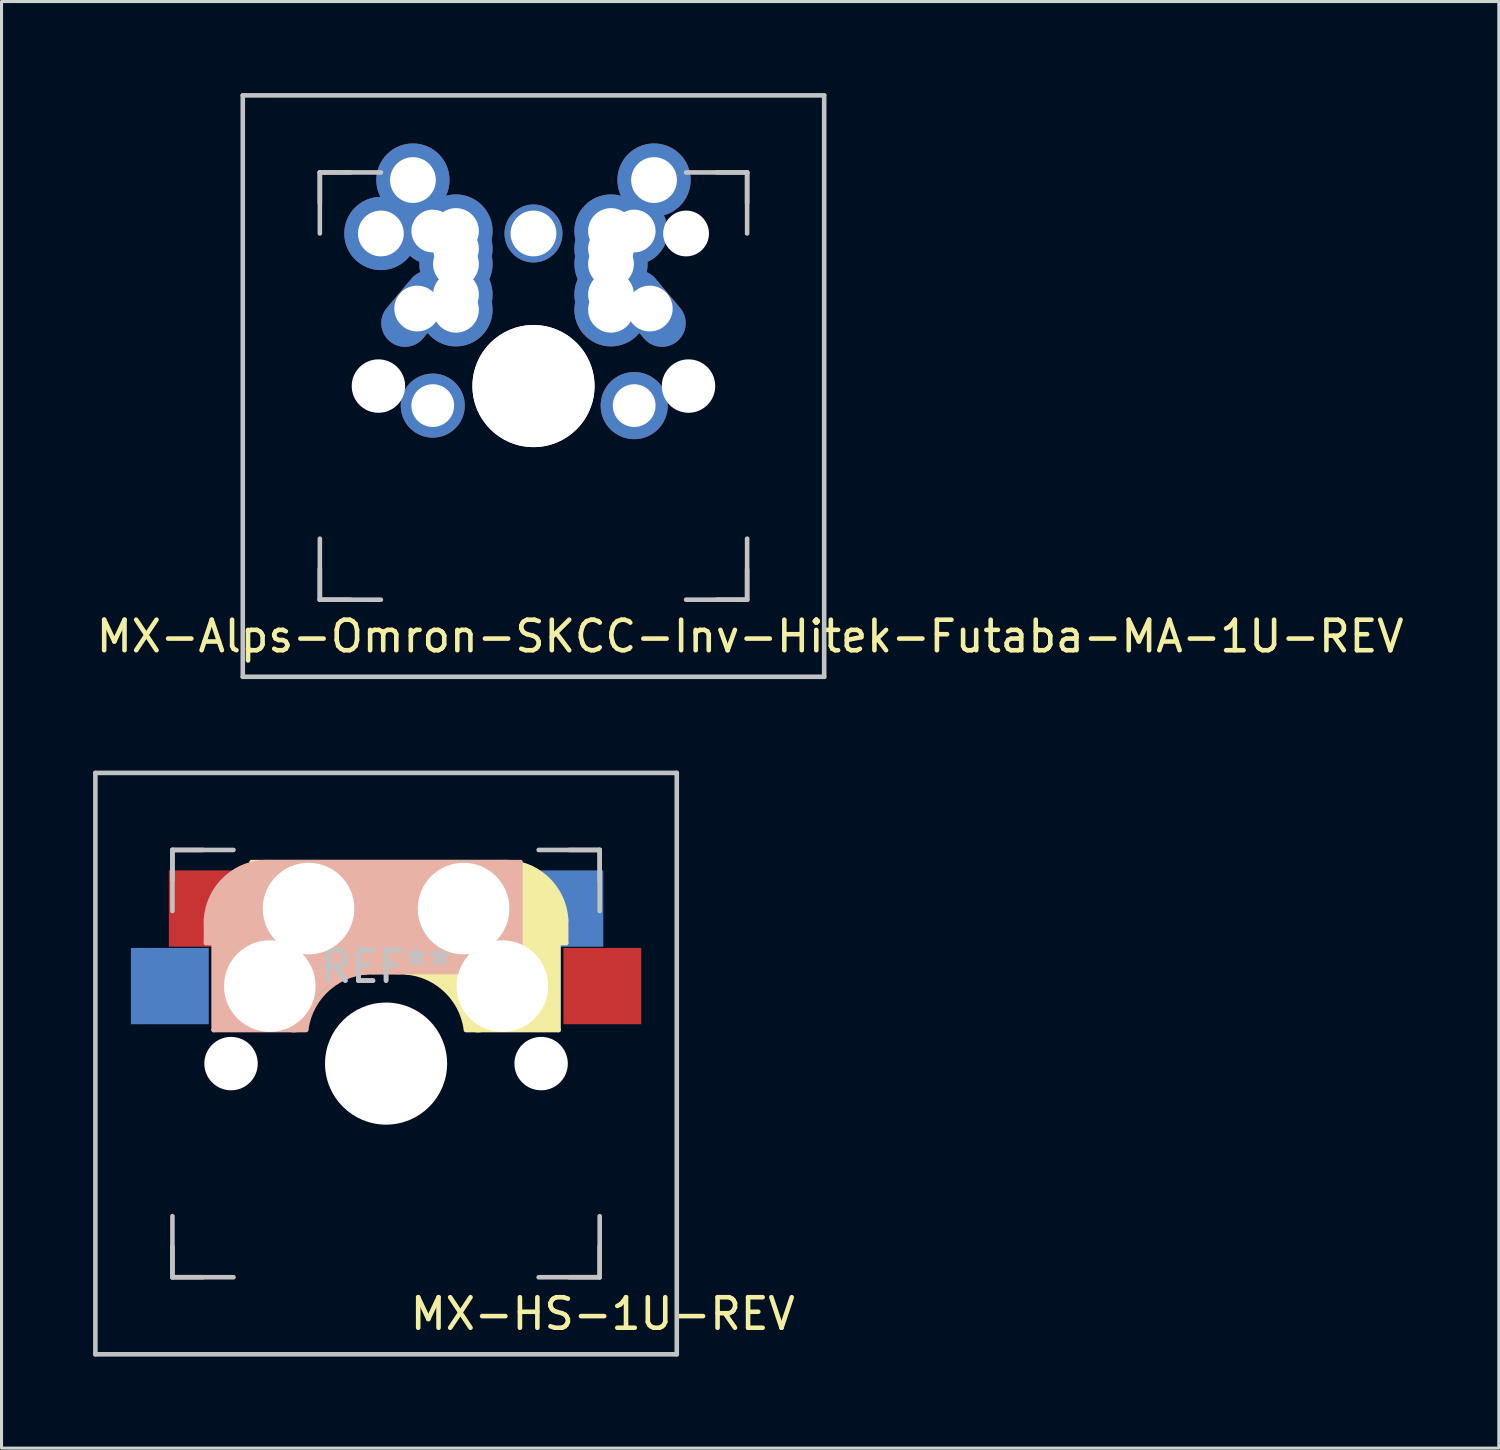
<source format=kicad_pcb>
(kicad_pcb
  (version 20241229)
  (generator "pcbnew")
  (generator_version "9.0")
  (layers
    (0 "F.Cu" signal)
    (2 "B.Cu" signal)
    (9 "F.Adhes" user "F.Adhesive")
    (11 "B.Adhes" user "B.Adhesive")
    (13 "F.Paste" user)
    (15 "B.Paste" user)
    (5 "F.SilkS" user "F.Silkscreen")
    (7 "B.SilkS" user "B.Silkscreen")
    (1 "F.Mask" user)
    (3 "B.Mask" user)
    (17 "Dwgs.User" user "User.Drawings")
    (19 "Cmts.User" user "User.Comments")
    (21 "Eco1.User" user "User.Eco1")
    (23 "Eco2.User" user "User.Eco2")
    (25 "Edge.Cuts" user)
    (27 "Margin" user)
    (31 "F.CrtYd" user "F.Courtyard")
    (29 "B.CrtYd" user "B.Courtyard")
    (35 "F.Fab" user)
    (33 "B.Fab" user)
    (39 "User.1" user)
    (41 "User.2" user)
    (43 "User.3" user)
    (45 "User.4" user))
  (footprint "MX-Alps-Omron-SKCC-Inv-Hitek-Futaba-MA-1U-REV"
    (layer "F.Cu")
    (at 14.43 9.6)
    (property "Reference" "MX-Alps-Omron-SKCC-Inv-Hitek-Futaba-MA-1U-REV" (at 7.1 8.2 0) (layer "F.SilkS") (effects (font (size 1 1) (thickness 0.15))))
    (attr through_hole)
    (fp_line (start -9.525 -9.525) (end 9.525 -9.525) (stroke (width 0.15) (type solid)) (layer "Dwgs.User"))
    (fp_line (start -9.525 9.525) (end -9.525 -9.525) (stroke (width 0.15) (type solid)) (layer "Dwgs.User"))
    (fp_line (start -7 -7) (end -7 -5) (stroke (width 0.15) (type solid)) (layer "Dwgs.User"))
    (fp_line (start -7 -7) (end -6 -7) (stroke (width 0.15) (type solid)) (layer "Dwgs.User"))
    (fp_line (start -7 -6) (end -7 -7) (stroke (width 0.15) (type solid)) (layer "Dwgs.User"))
    (fp_line (start -7 6) (end -7 7) (stroke (width 0.15) (type solid)) (layer "Dwgs.User"))
    (fp_line (start -7 7) (end -7 5) (stroke (width 0.15) (type solid)) (layer "Dwgs.User"))
    (fp_line (start -7 7) (end -6 7) (stroke (width 0.15) (type solid)) (layer "Dwgs.User"))
    (fp_line (start -5 -7) (end -7 -7) (stroke (width 0.15) (type solid)) (layer "Dwgs.User"))
    (fp_line (start -5 7) (end -7 7) (stroke (width 0.15) (type solid)) (layer "Dwgs.User"))
    (fp_line (start 5 7) (end 7 7) (stroke (width 0.15) (type solid)) (layer "Dwgs.User"))
    (fp_line (start 6 7) (end 7 7) (stroke (width 0.15) (type solid)) (layer "Dwgs.User"))
    (fp_line (start 7 -7) (end 5 -7) (stroke (width 0.15) (type solid)) (layer "Dwgs.User"))
    (fp_line (start 7 -7) (end 6 -7) (stroke (width 0.15) (type solid)) (layer "Dwgs.User"))
    (fp_line (start 7 -7) (end 7 -6) (stroke (width 0.15) (type solid)) (layer "Dwgs.User"))
    (fp_line (start 7 -5) (end 7 -7) (stroke (width 0.15) (type solid)) (layer "Dwgs.User"))
    (fp_line (start 7 7) (end 7 5) (stroke (width 0.15) (type solid)) (layer "Dwgs.User"))
    (fp_line (start 7 7) (end 7 6) (stroke (width 0.15) (type solid)) (layer "Dwgs.User"))
    (fp_line (start 9.525 -9.525) (end 9.525 9.525) (stroke (width 0.15) (type solid)) (layer "Dwgs.User"))
    (fp_line (start 9.525 9.525) (end -9.525 9.525) (stroke (width 0.15) (type solid)) (layer "Dwgs.User"))
    (pad "" np_thru_hole circle (at -5.08 0 48.1) (size 1.75 1.75) (drill 1.75) (layers "*.Cu" "*.Mask"))
    (pad "" np_thru_hole circle (at 0 0) (size 4 4) (drill 4) (layers "*.Cu" "*.Mask"))
    (pad "" np_thru_hole circle (at 0 0 180) (size 4 4) (drill 4) (layers "*.Cu" "*.Mask"))
    (pad "" np_thru_hole circle (at 5 -5 180) (size 1.5 1.5) (drill 1.5) (layers "*.Cu" "*.Mask"))
    (pad "" np_thru_hole circle (at 5.08 0 180) (size 1.75 1.75) (drill 1.75) (layers "*.Cu" "*.Mask"))
    (pad "1" thru_hole circle (at -5 -5 180) (size 2.4 2.4) (drill 1.5) (layers "*.Cu" "*.Mask"))
    (pad "1" thru_hole circle (at -3.95 -6.75) (size 2.4 2.4) (drill 1.5) (layers "*.Cu" "*.Mask"))
    (pad "1" thru_hole oval (at -3.81 -2.54 50) (size 2.8 1.55) (drill 1.5) (layers "*.Cu" "*.Mask"))
    (pad "1" thru_hole circle (at -3.3 -5.08 180) (size 2.2 2.2) (drill 1.4) (layers "*.Cu" "*.Mask"))
    (pad "1" thru_hole circle (at -3.3 0.64 180) (size 2.1 2.1) (drill 1.4) (layers "*.Cu" "*.Mask"))
    (pad "1" thru_hole circle (at -2.54 -5.08) (size 2.4 2.4) (drill 1.5) (layers "*.Cu" "*.Mask"))
    (pad "1" thru_hole circle (at -2.54 -4.5) (size 2.4 2.4) (drill 1.5) (layers "*.Cu" "*.Mask"))
    (pad "1" thru_hole circle (at -2.54 -4) (size 2.4 2.4) (drill 1.5) (layers "*.Cu" "*.Mask"))
    (pad "1" thru_hole circle (at -2.54 -3) (size 2.4 2.4) (drill 1.5) (layers "*.Cu" "*.Mask"))
    (pad "1" thru_hole circle (at -2.54 -2.5) (size 2.4 2.4) (drill 1.5) (layers "*.Cu" "*.Mask"))
    (pad "2" thru_hole circle (at 0 -5 180) (size 1.9 1.9) (drill 1.5) (layers "*.Cu" "*.Mask"))
    (pad "2" thru_hole circle (at 2.54 -5.08) (size 2.4 2.4) (drill 1.5) (layers "*.Cu" "*.Mask"))
    (pad "2" thru_hole circle (at 2.54 -4.5) (size 2.4 2.4) (drill 1.5) (layers "*.Cu" "*.Mask"))
    (pad "2" thru_hole circle (at 2.54 -4) (size 2.4 2.4) (drill 1.5) (layers "*.Cu" "*.Mask"))
    (pad "2" thru_hole circle (at 2.54 -3) (size 2.4 2.4) (drill 1.5) (layers "*.Cu" "*.Mask"))
    (pad "2" thru_hole circle (at 2.54 -2.5) (size 2.4 2.4) (drill 1.5) (layers "*.Cu" "*.Mask"))
    (pad "2" thru_hole circle (at 3.3 -5.08 180) (size 2.2 2.2) (drill 1.4) (layers "*.Cu" "*.Mask"))
    (pad "2" thru_hole circle (at 3.3 0.64 180) (size 2.2 2.2) (drill 1.4) (layers "*.Cu" "*.Mask"))
    (pad "2" thru_hole oval (at 3.81 -2.54 310) (size 2.8 1.55) (drill 1.5) (layers "*.Cu" "*.Mask"))
    (pad "2" thru_hole circle (at 3.95 -6.75) (size 2.4 2.4) (drill 1.5) (layers "*.Cu" "*.Mask")))
  (footprint "MX-HS-1U-REV"
    (layer "F.Cu")
    (at 9.6 31.8)
    (property "Reference" "MX-HS-1U-REV" (at 7.1 8.2 0) (layer "F.SilkS") (effects (font (size 1 1) (thickness 0.15))))
    (attr through_hole)
    (fp_line (start -4.4 -6.6) (end 3.8 -6.6) (stroke (width 0.15) (type solid)) (layer "F.SilkS"))
    (fp_line (start -4.4 -3) (end -4.4 -6.6) (stroke (width 0.15) (type solid)) (layer "F.SilkS"))
    (fp_line (start -4.38 -4) (end -4.38 -6.25) (stroke (width 0.15) (type solid)) (layer "F.SilkS"))
    (fp_line (start -4.25 -6.4) (end -3 -6.4) (stroke (width 0.4) (type solid)) (layer "F.SilkS"))
    (fp_line (start -4.2 -3.25) (end -2.9 -3.3) (stroke (width 0.5) (type solid)) (layer "F.SilkS"))
    (fp_line (start -3.9 -6) (end -3.9 -3.5) (stroke (width 1) (type solid)) (layer "F.SilkS"))
    (fp_line (start -2.6 -4.8) (end 4.1 -4.8) (stroke (width 3.5) (type solid)) (layer "F.SilkS"))
    (fp_line (start 0.4 -3) (end -4.4 -3) (stroke (width 0.15) (type solid)) (layer "F.SilkS"))
    (fp_line (start 4.17 -5.1) (end 4.17 -2.86) (stroke (width 3) (type solid)) (layer "F.SilkS"))
    (fp_line (start 5.3 -1.6) (end 5.3 -3.4) (stroke (width 0.8) (type solid)) (layer "F.SilkS"))
    (fp_line (start 5.45 -1.3) (end 3 -1.3) (stroke (width 0.5) (type solid)) (layer "F.SilkS"))
    (fp_line (start 5.65 -5.55) (end 5.65 -1.1) (stroke (width 0.15) (type solid)) (layer "F.SilkS"))
    (fp_line (start 5.65 -1.1) (end 2.62 -1.1) (stroke (width 0.15) (type solid)) (layer "F.SilkS"))
    (fp_line (start 5.8 -4.05) (end 5.8 -4.7) (stroke (width 0.3) (type solid)) (layer "F.SilkS"))
    (fp_line (start 5.9 -4.7) (end 5.9 -3.95) (stroke (width 0.15) (type solid)) (layer "F.SilkS"))
    (fp_line (start 5.9 -3.95) (end 5.7 -3.95) (stroke (width 0.15) (type solid)) (layer "F.SilkS"))
    (fp_arc (start 0.4 -3) (mid 1.868709 -2.486118) (end 2.616318 -1.121471) (stroke (width 0.15) (type solid)) (layer "F.SilkS"))
    (fp_arc (start 0.8 -3.4) (mid 2.268709 -2.886118) (end 3.016318 -1.521471) (stroke (width 1) (type solid)) (layer "F.SilkS"))
    (fp_arc (start 3.800001 -6.6) (mid 5.243504 -6.084924) (end 5.9 -4.699999) (stroke (width 0.15) (type solid)) (layer "F.SilkS"))
    (fp_line (start -5.9 -4.7) (end -5.9 -3.95) (stroke (width 0.15) (type solid)) (layer "B.SilkS"))
    (fp_line (start -5.9 -3.95) (end -5.7 -3.95) (stroke (width 0.15) (type solid)) (layer "B.SilkS"))
    (fp_line (start -5.8 -4.05) (end -5.8 -4.7) (stroke (width 0.3) (type solid)) (layer "B.SilkS"))
    (fp_line (start -5.65 -5.55) (end -5.65 -1.1) (stroke (width 0.15) (type solid)) (layer "B.SilkS"))
    (fp_line (start -5.65 -1.1) (end -2.62 -1.1) (stroke (width 0.15) (type solid)) (layer "B.SilkS"))
    (fp_line (start -5.45 -1.3) (end -3 -1.3) (stroke (width 0.5) (type solid)) (layer "B.SilkS"))
    (fp_line (start -5.3 -1.6) (end -5.3 -3.4) (stroke (width 0.8) (type solid)) (layer "B.SilkS"))
    (fp_line (start -4.17 -5.1) (end -4.17 -2.86) (stroke (width 3) (type solid)) (layer "B.SilkS"))
    (fp_line (start -0.4 -3) (end 4.4 -3) (stroke (width 0.15) (type solid)) (layer "B.SilkS"))
    (fp_line (start 2.6 -4.8) (end -4.1 -4.8) (stroke (width 3.5) (type solid)) (layer "B.SilkS"))
    (fp_line (start 3.9 -6) (end 3.9 -3.5) (stroke (width 1) (type solid)) (layer "B.SilkS"))
    (fp_line (start 4.2 -3.25) (end 2.9 -3.3) (stroke (width 0.5) (type solid)) (layer "B.SilkS"))
    (fp_line (start 4.25 -6.4) (end 3 -6.4) (stroke (width 0.4) (type solid)) (layer "B.SilkS"))
    (fp_line (start 4.38 -4) (end 4.38 -6.25) (stroke (width 0.15) (type solid)) (layer "B.SilkS"))
    (fp_line (start 4.4 -6.6) (end -3.8 -6.6) (stroke (width 0.15) (type solid)) (layer "B.SilkS"))
    (fp_line (start 4.4 -3) (end 4.4 -6.6) (stroke (width 0.15) (type solid)) (layer "B.SilkS"))
    (fp_arc (start -5.9 -4.699999) (mid -5.243504 -6.084924) (end -3.800001 -6.6) (stroke (width 0.15) (type solid)) (layer "B.SilkS"))
    (fp_arc (start -3.016318 -1.521471) (mid -2.268709 -2.886118) (end -0.8 -3.4) (stroke (width 1) (type solid)) (layer "B.SilkS"))
    (fp_arc (start -2.616318 -1.121471) (mid -1.868709 -2.486118) (end -0.4 -3) (stroke (width 0.15) (type solid)) (layer "B.SilkS"))
    (fp_line (start -9.525 -9.525) (end 9.525 -9.525) (stroke (width 0.15) (type solid)) (layer "Dwgs.User"))
    (fp_line (start -9.525 9.525) (end -9.525 -9.525) (stroke (width 0.15) (type solid)) (layer "Dwgs.User"))
    (fp_line (start -7 -7) (end -7 -5) (stroke (width 0.15) (type solid)) (layer "Dwgs.User"))
    (fp_line (start -7 -7) (end -6 -7) (stroke (width 0.15) (type solid)) (layer "Dwgs.User"))
    (fp_line (start -7 -6) (end -7 -7) (stroke (width 0.15) (type solid)) (layer "Dwgs.User"))
    (fp_line (start -7 6) (end -7 7) (stroke (width 0.15) (type solid)) (layer "Dwgs.User"))
    (fp_line (start -7 7) (end -7 5) (stroke (width 0.15) (type solid)) (layer "Dwgs.User"))
    (fp_line (start -7 7) (end -6 7) (stroke (width 0.15) (type solid)) (layer "Dwgs.User"))
    (fp_line (start -5 -7) (end -7 -7) (stroke (width 0.15) (type solid)) (layer "Dwgs.User"))
    (fp_line (start -5 7) (end -7 7) (stroke (width 0.15) (type solid)) (layer "Dwgs.User"))
    (fp_line (start 5 7) (end 7 7) (stroke (width 0.15) (type solid)) (layer "Dwgs.User"))
    (fp_line (start 6 7) (end 7 7) (stroke (width 0.15) (type solid)) (layer "Dwgs.User"))
    (fp_line (start 7 -7) (end 5 -7) (stroke (width 0.15) (type solid)) (layer "Dwgs.User"))
    (fp_line (start 7 -7) (end 6 -7) (stroke (width 0.15) (type solid)) (layer "Dwgs.User"))
    (fp_line (start 7 -7) (end 7 -6) (stroke (width 0.15) (type solid)) (layer "Dwgs.User"))
    (fp_line (start 7 -5) (end 7 -7) (stroke (width 0.15) (type solid)) (layer "Dwgs.User"))
    (fp_line (start 7 7) (end 7 5) (stroke (width 0.15) (type solid)) (layer "Dwgs.User"))
    (fp_line (start 7 7) (end 7 6) (stroke (width 0.15) (type solid)) (layer "Dwgs.User"))
    (fp_line (start 9.525 -9.525) (end 9.525 9.525) (stroke (width 0.15) (type solid)) (layer "Dwgs.User"))
    (fp_line (start 9.525 9.525) (end -9.525 9.525) (stroke (width 0.15) (type solid)) (layer "Dwgs.User"))
    (fp_text user "REF**" (at 0 -3.175 180) (layer "Dwgs.User") (effects (font (size 1 1) (thickness 0.15))))
    (fp_text user "REF**" (at 0 -3.175 180) (layer "Dwgs.User") (effects (font (size 1 1) (thickness 0.15))))
    (pad "" np_thru_hole circle (at -5.08 0) (size 1.75 1.75) (drill 1.75) (layers "*.Cu" "*.Mask"))
    (pad "" np_thru_hole circle (at -3.81 -2.54) (size 3 3) (drill 3) (layers "*.Cu" "*.Mask"))
    (pad "" np_thru_hole circle (at -2.54 -5.08) (size 3 3) (drill 3) (layers "*.Cu" "*.Mask"))
    (pad "" np_thru_hole circle (at 0 0 90) (size 4 4) (drill 4) (layers "*.Cu" "*.Mask"))
    (pad "" np_thru_hole circle (at 2.54 -5.08) (size 3 3) (drill 3) (layers "*.Cu" "*.Mask"))
    (pad "" np_thru_hole circle (at 3.81 -2.54) (size 3 3) (drill 3) (layers "*.Cu" "*.Mask"))
    (pad "" np_thru_hole circle (at 5.08 0 228.1) (size 1.75 1.75) (drill 1.75) (layers "*.Cu" "*.Mask"))
    (pad "1" smd rect (at -7.085 -2.54 180) (size 2.55 2.5) (layers "B.Cu" "B.Mask" "B.Paste"))
    (pad "1" smd rect (at -5.842 -5.08 180) (size 2.55 2.5) (layers "F.Cu" "F.Mask" "F.Paste"))
    (pad "2" smd rect (at 5.842 -5.08 180) (size 2.55 2.5) (layers "B.Cu" "B.Mask" "B.Paste"))
    (pad "2" smd rect (at 7.085 -2.54 180) (size 2.55 2.5) (layers "F.Cu" "F.Mask" "F.Paste")))
  (gr_rect
    (start -3 -3)
    (end 46.06 44.4)
    (stroke (width 0.1) (type default))
    (fill no)
    (layer "Edge.Cuts")))
</source>
